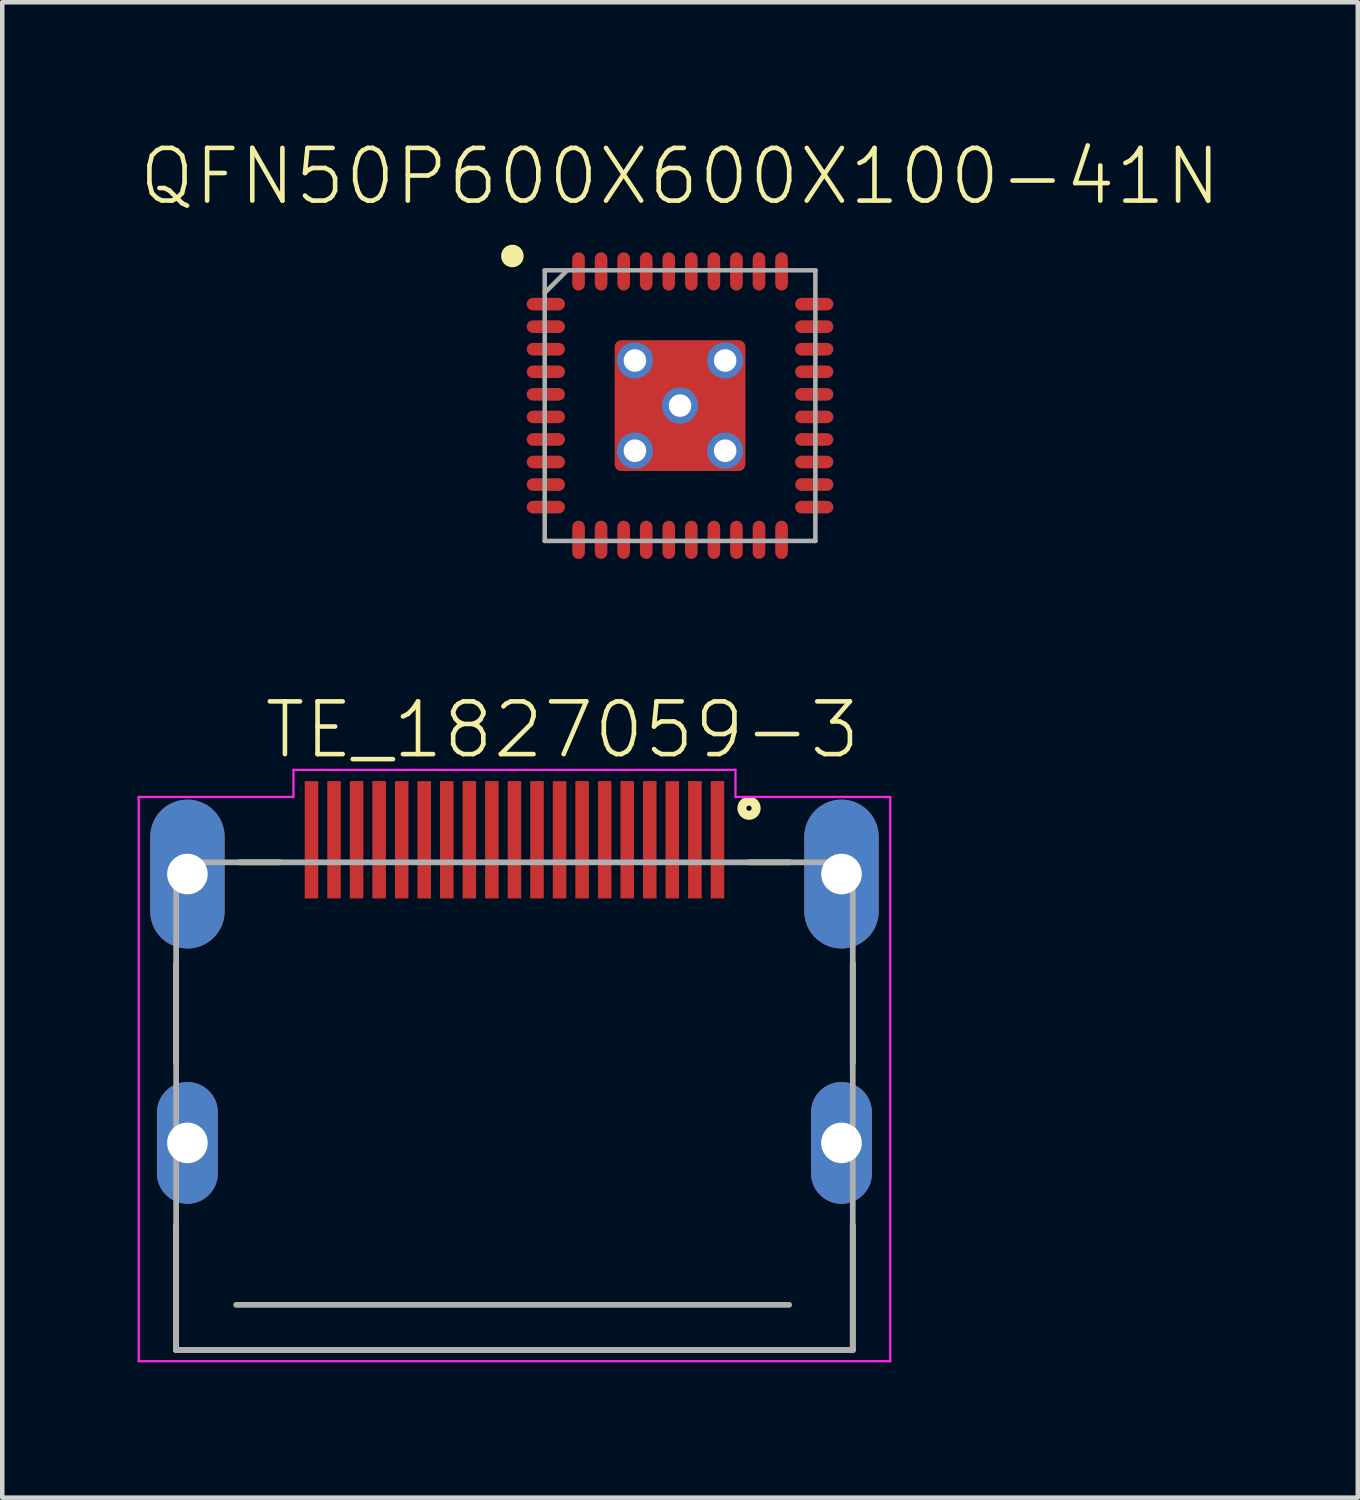
<source format=kicad_pcb>
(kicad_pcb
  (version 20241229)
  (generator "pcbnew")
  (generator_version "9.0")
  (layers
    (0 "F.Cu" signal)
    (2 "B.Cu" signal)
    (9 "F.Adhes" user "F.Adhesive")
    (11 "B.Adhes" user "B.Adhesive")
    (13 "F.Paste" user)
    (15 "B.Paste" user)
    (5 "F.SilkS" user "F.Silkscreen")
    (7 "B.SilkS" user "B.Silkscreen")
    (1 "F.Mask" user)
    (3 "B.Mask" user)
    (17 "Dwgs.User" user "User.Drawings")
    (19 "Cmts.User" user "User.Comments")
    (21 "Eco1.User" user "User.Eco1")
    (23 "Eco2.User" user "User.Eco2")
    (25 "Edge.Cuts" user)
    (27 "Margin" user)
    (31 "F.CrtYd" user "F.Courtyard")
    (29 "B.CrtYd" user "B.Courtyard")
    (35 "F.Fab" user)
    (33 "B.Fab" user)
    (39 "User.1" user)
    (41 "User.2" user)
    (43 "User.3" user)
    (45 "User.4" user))
  (footprint "TE_1827059-3"
    (layer "F.Cu")
    (at 8.355 20.567)
    (property "Reference" "TE_1827059-3" (at -5.601 -6.751 0) (layer "F.SilkS") (effects (font (size 1.169 1.169) (thickness 0.102)) (justify left bottom)))
    (fp_line (start -7.5 -2.25) (end -7.5 -0.05) (stroke (width 0.127) (type solid)) (layer "F.SilkS"))
    (fp_line (start -7.5 6.31) (end -7.5 3.55) (stroke (width 0.127) (type solid)) (layer "F.SilkS"))
    (fp_line (start -7.5 6.31) (end 7.5 6.31) (stroke (width 0.127) (type solid)) (layer "F.SilkS"))
    (fp_line (start -6.1 -4.5) (end -5.2 -4.5) (stroke (width 0.127) (type solid)) (layer "F.SilkS"))
    (fp_line (start 5.2 -4.5) (end 6.1 -4.5) (stroke (width 0.127) (type solid)) (layer "F.SilkS"))
    (fp_line (start 7.5 -0.05) (end 7.5 -2.25) (stroke (width 0.127) (type solid)) (layer "F.SilkS"))
    (fp_line (start 7.5 6.31) (end 7.5 3.55) (stroke (width 0.127) (type solid)) (layer "F.SilkS"))
    (fp_circle (center 5.2 -5.7) (end 5.358 -5.7) (stroke (width 0.2) (type solid)) (fill no) (layer "F.SilkS"))
    (fp_line (start -8.33 -5.95) (end -4.9 -5.95) (stroke (width 0.05) (type solid)) (layer "F.CrtYd"))
    (fp_line (start -8.33 6.56) (end -8.33 -5.95) (stroke (width 0.05) (type solid)) (layer "F.CrtYd"))
    (fp_line (start -4.9 -6.55) (end 4.9 -6.55) (stroke (width 0.05) (type solid)) (layer "F.CrtYd"))
    (fp_line (start -4.9 -5.95) (end -4.9 -6.55) (stroke (width 0.05) (type solid)) (layer "F.CrtYd"))
    (fp_line (start 4.9 -6.55) (end 4.9 -5.95) (stroke (width 0.05) (type solid)) (layer "F.CrtYd"))
    (fp_line (start 4.9 -5.95) (end 8.33 -5.95) (stroke (width 0.05) (type solid)) (layer "F.CrtYd"))
    (fp_line (start 8.33 -5.95) (end 8.33 6.56) (stroke (width 0.05) (type solid)) (layer "F.CrtYd"))
    (fp_line (start 8.33 6.56) (end -8.33 6.56) (stroke (width 0.05) (type solid)) (layer "F.CrtYd"))
    (fp_line (start -7.5 -4.5) (end 7.5 -4.5) (stroke (width 0.127) (type solid)) (layer "F.Fab"))
    (fp_line (start -7.5 6.31) (end -7.5 -4.5) (stroke (width 0.127) (type solid)) (layer "F.Fab"))
    (fp_line (start -7.5 6.31) (end 7.5 6.31) (stroke (width 0.127) (type solid)) (layer "F.Fab"))
    (fp_line (start -6.17 5.31) (end 6.09 5.31) (stroke (width 0.127) (type solid)) (layer "F.Fab"))
    (fp_line (start 7.5 -4.5) (end 7.5 6.31) (stroke (width 0.127) (type solid)) (layer "F.Fab"))
    (pad "1" smd rect (at 4.5 -5) (size 0.3 2.6) (layers "F.Cu" "F.Mask" "F.Paste"))
    (pad "2" smd rect (at 4 -5) (size 0.3 2.6) (layers "F.Cu" "F.Mask" "F.Paste"))
    (pad "3" smd rect (at 3.5 -5) (size 0.3 2.6) (layers "F.Cu" "F.Mask" "F.Paste"))
    (pad "4" smd rect (at 3 -5) (size 0.3 2.6) (layers "F.Cu" "F.Mask" "F.Paste"))
    (pad "5" smd rect (at 2.5 -5) (size 0.3 2.6) (layers "F.Cu" "F.Mask" "F.Paste"))
    (pad "6" smd rect (at 2 -5) (size 0.3 2.6) (layers "F.Cu" "F.Mask" "F.Paste"))
    (pad "7" smd rect (at 1.5 -5) (size 0.3 2.6) (layers "F.Cu" "F.Mask" "F.Paste"))
    (pad "8" smd rect (at 1 -5) (size 0.3 2.6) (layers "F.Cu" "F.Mask" "F.Paste"))
    (pad "9" smd rect (at 0.5 -5) (size 0.3 2.6) (layers "F.Cu" "F.Mask" "F.Paste"))
    (pad "10" smd rect (at 0 -5) (size 0.3 2.6) (layers "F.Cu" "F.Mask" "F.Paste"))
    (pad "11" smd rect (at -0.5 -5) (size 0.3 2.6) (layers "F.Cu" "F.Mask" "F.Paste"))
    (pad "12" smd rect (at -1 -5) (size 0.3 2.6) (layers "F.Cu" "F.Mask" "F.Paste"))
    (pad "13" smd rect (at -1.5 -5) (size 0.3 2.6) (layers "F.Cu" "F.Mask" "F.Paste"))
    (pad "14" smd rect (at -2 -5) (size 0.3 2.6) (layers "F.Cu" "F.Mask" "F.Paste"))
    (pad "15" smd rect (at -2.5 -5) (size 0.3 2.6) (layers "F.Cu" "F.Mask" "F.Paste"))
    (pad "16" smd rect (at -3 -5) (size 0.3 2.6) (layers "F.Cu" "F.Mask" "F.Paste"))
    (pad "17" smd rect (at -3.5 -5) (size 0.3 2.6) (layers "F.Cu" "F.Mask" "F.Paste"))
    (pad "18" smd rect (at -4 -5) (size 0.3 2.6) (layers "F.Cu" "F.Mask" "F.Paste"))
    (pad "19" smd rect (at -4.5 -5) (size 0.3 2.6) (layers "F.Cu" "F.Mask" "F.Paste"))
    (pad "S1" thru_hole oval (at 7.25 -4.24 90) (size 3.3 1.65) (drill 0.9) (layers "*.Cu" "*.Mask"))
    (pad "S2" thru_hole oval (at -7.25 -4.24 90) (size 3.3 1.65) (drill 0.9) (layers "*.Cu" "*.Mask"))
    (pad "S3" thru_hole oval (at -7.25 1.72 90) (size 2.7 1.35) (drill 0.9) (layers "*.Cu" "*.Mask"))
    (pad "S4" thru_hole oval (at 7.25 1.72 90) (size 2.7 1.35) (drill 0.9) (layers "*.Cu" "*.Mask")))
  (footprint "QFN50P600X600X100-41N"
    (layer "F.Cu")
    (at 12.026 5.942)
    (property "Reference" "QFN50P600X600X100-41N" (at 0 -5.08 0) (layer "F.SilkS") (effects (font (size 1.168 1.168) (thickness 0.102))))
    (fp_circle (center -3.717 -3.317) (end -3.592 -3.317) (stroke (width 0.25) (type solid)) (fill no) (layer "F.SilkS"))
    (fp_line (start -3 -3) (end 3 -3) (stroke (width 0.1) (type solid)) (layer "F.Fab"))
    (fp_line (start -3 -2.5) (end -2.5 -3) (stroke (width 0.1) (type solid)) (layer "F.Fab"))
    (fp_line (start -3 3) (end -3 -3) (stroke (width 0.1) (type solid)) (layer "F.Fab"))
    (fp_line (start 3 -3) (end 3 3) (stroke (width 0.1) (type solid)) (layer "F.Fab"))
    (fp_line (start 3 3) (end -3 3) (stroke (width 0.1) (type solid)) (layer "F.Fab"))
    (pad "1" smd roundrect (at -2.975 -2.25) (size 0.85 0.28) (layers "F.Cu" "F.Mask" "F.Paste") (roundrect_rratio 0.5))
    (pad "2" smd roundrect (at -2.975 -1.75) (size 0.85 0.28) (layers "F.Cu" "F.Mask" "F.Paste") (roundrect_rratio 0.5))
    (pad "3" smd roundrect (at -2.975 -1.25) (size 0.85 0.28) (layers "F.Cu" "F.Mask" "F.Paste") (roundrect_rratio 0.5))
    (pad "4" smd roundrect (at -2.975 -0.75) (size 0.85 0.28) (layers "F.Cu" "F.Mask" "F.Paste") (roundrect_rratio 0.5))
    (pad "5" smd roundrect (at -2.975 -0.25) (size 0.85 0.28) (layers "F.Cu" "F.Mask" "F.Paste") (roundrect_rratio 0.5))
    (pad "6" smd roundrect (at -2.975 0.25) (size 0.85 0.28) (layers "F.Cu" "F.Mask" "F.Paste") (roundrect_rratio 0.5))
    (pad "7" smd roundrect (at -2.975 0.75) (size 0.85 0.28) (layers "F.Cu" "F.Mask" "F.Paste") (roundrect_rratio 0.5))
    (pad "8" smd roundrect (at -2.975 1.25) (size 0.85 0.28) (layers "F.Cu" "F.Mask" "F.Paste") (roundrect_rratio 0.5))
    (pad "9" smd roundrect (at -2.975 1.75) (size 0.85 0.28) (layers "F.Cu" "F.Mask" "F.Paste") (roundrect_rratio 0.5))
    (pad "10" smd roundrect (at -2.975 2.25) (size 0.85 0.28) (layers "F.Cu" "F.Mask" "F.Paste") (roundrect_rratio 0.5))
    (pad "11" smd roundrect (at -2.25 2.975 90) (size 0.85 0.28) (layers "F.Cu" "F.Mask" "F.Paste") (roundrect_rratio 0.5))
    (pad "12" smd roundrect (at -1.75 2.975 90) (size 0.85 0.28) (layers "F.Cu" "F.Mask" "F.Paste") (roundrect_rratio 0.5))
    (pad "13" smd roundrect (at -1.25 2.975 90) (size 0.85 0.28) (layers "F.Cu" "F.Mask" "F.Paste") (roundrect_rratio 0.5))
    (pad "14" smd roundrect (at -0.75 2.975 90) (size 0.85 0.28) (layers "F.Cu" "F.Mask" "F.Paste") (roundrect_rratio 0.5))
    (pad "15" smd roundrect (at -0.25 2.975 90) (size 0.85 0.28) (layers "F.Cu" "F.Mask" "F.Paste") (roundrect_rratio 0.5))
    (pad "16" smd roundrect (at 0.25 2.975 90) (size 0.85 0.28) (layers "F.Cu" "F.Mask" "F.Paste") (roundrect_rratio 0.5))
    (pad "17" smd roundrect (at 0.75 2.975 90) (size 0.85 0.28) (layers "F.Cu" "F.Mask" "F.Paste") (roundrect_rratio 0.5))
    (pad "18" smd roundrect (at 1.25 2.975 90) (size 0.85 0.28) (layers "F.Cu" "F.Mask" "F.Paste") (roundrect_rratio 0.5))
    (pad "19" smd roundrect (at 1.75 2.975 90) (size 0.85 0.28) (layers "F.Cu" "F.Mask" "F.Paste") (roundrect_rratio 0.5))
    (pad "20" smd roundrect (at 2.25 2.975 90) (size 0.85 0.28) (layers "F.Cu" "F.Mask" "F.Paste") (roundrect_rratio 0.5))
    (pad "21" smd roundrect (at 2.975 2.25) (size 0.85 0.28) (layers "F.Cu" "F.Mask" "F.Paste") (roundrect_rratio 0.5))
    (pad "22" smd roundrect (at 2.975 1.75) (size 0.85 0.28) (layers "F.Cu" "F.Mask" "F.Paste") (roundrect_rratio 0.5))
    (pad "23" smd roundrect (at 2.975 1.25) (size 0.85 0.28) (layers "F.Cu" "F.Mask" "F.Paste") (roundrect_rratio 0.5))
    (pad "24" smd roundrect (at 2.975 0.75) (size 0.85 0.28) (layers "F.Cu" "F.Mask" "F.Paste") (roundrect_rratio 0.5))
    (pad "25" smd roundrect (at 2.975 0.25) (size 0.85 0.28) (layers "F.Cu" "F.Mask" "F.Paste") (roundrect_rratio 0.5))
    (pad "26" smd roundrect (at 2.975 -0.25) (size 0.85 0.28) (layers "F.Cu" "F.Mask" "F.Paste") (roundrect_rratio 0.5))
    (pad "27" smd roundrect (at 2.975 -0.75) (size 0.85 0.28) (layers "F.Cu" "F.Mask" "F.Paste") (roundrect_rratio 0.5))
    (pad "28" smd roundrect (at 2.975 -1.25) (size 0.85 0.28) (layers "F.Cu" "F.Mask" "F.Paste") (roundrect_rratio 0.5))
    (pad "29" smd roundrect (at 2.975 -1.75) (size 0.85 0.28) (layers "F.Cu" "F.Mask" "F.Paste") (roundrect_rratio 0.5))
    (pad "30" smd roundrect (at 2.975 -2.25) (size 0.85 0.28) (layers "F.Cu" "F.Mask" "F.Paste") (roundrect_rratio 0.5))
    (pad "31" smd roundrect (at 2.25 -2.975 90) (size 0.85 0.28) (layers "F.Cu" "F.Mask" "F.Paste") (roundrect_rratio 0.5))
    (pad "32" smd roundrect (at 1.75 -2.975 90) (size 0.85 0.28) (layers "F.Cu" "F.Mask" "F.Paste") (roundrect_rratio 0.5))
    (pad "33" smd roundrect (at 1.25 -2.975 90) (size 0.85 0.28) (layers "F.Cu" "F.Mask" "F.Paste") (roundrect_rratio 0.5))
    (pad "34" smd roundrect (at 0.75 -2.975 90) (size 0.85 0.28) (layers "F.Cu" "F.Mask" "F.Paste") (roundrect_rratio 0.5))
    (pad "35" smd roundrect (at 0.25 -2.975 90) (size 0.85 0.28) (layers "F.Cu" "F.Mask" "F.Paste") (roundrect_rratio 0.5))
    (pad "36" smd roundrect (at -0.25 -2.975 90) (size 0.85 0.28) (layers "F.Cu" "F.Mask" "F.Paste") (roundrect_rratio 0.5))
    (pad "37" smd roundrect (at -0.75 -2.975 90) (size 0.85 0.28) (layers "F.Cu" "F.Mask" "F.Paste") (roundrect_rratio 0.5))
    (pad "38" smd roundrect (at -1.25 -2.975 90) (size 0.85 0.28) (layers "F.Cu" "F.Mask" "F.Paste") (roundrect_rratio 0.5))
    (pad "39" smd roundrect (at -1.75 -2.975 90) (size 0.85 0.28) (layers "F.Cu" "F.Mask" "F.Paste") (roundrect_rratio 0.5))
    (pad "40" smd roundrect (at -2.25 -2.975 90) (size 0.85 0.28) (layers "F.Cu" "F.Mask" "F.Paste") (roundrect_rratio 0.5))
    (pad "41" smd roundrect (at 0 0 90) (size 2.9 2.9) (layers "F.Cu" "F.Mask" "F.Paste") (roundrect_rratio 0.05))
    (pad "P$1" thru_hole circle (at -1 -1) (size 0.8 0.8) (drill 0.5) (layers "*.Cu"))
    (pad "P$2" thru_hole circle (at 1 -1) (size 0.8 0.8) (drill 0.5) (layers "*.Cu"))
    (pad "P$3" thru_hole circle (at 0 0) (size 0.8 0.8) (drill 0.5) (layers "*.Cu"))
    (pad "P$4" thru_hole circle (at -1 1) (size 0.8 0.8) (drill 0.5) (layers "*.Cu"))
    (pad "P$5" thru_hole circle (at 1 1) (size 0.8 0.8) (drill 0.5) (layers "*.Cu")))
  (gr_rect
    (start -3 -3)
    (end 27.051 30.152)
    (stroke (width 0.1) (type default))
    (fill no)
    (layer "Edge.Cuts")))
</source>
